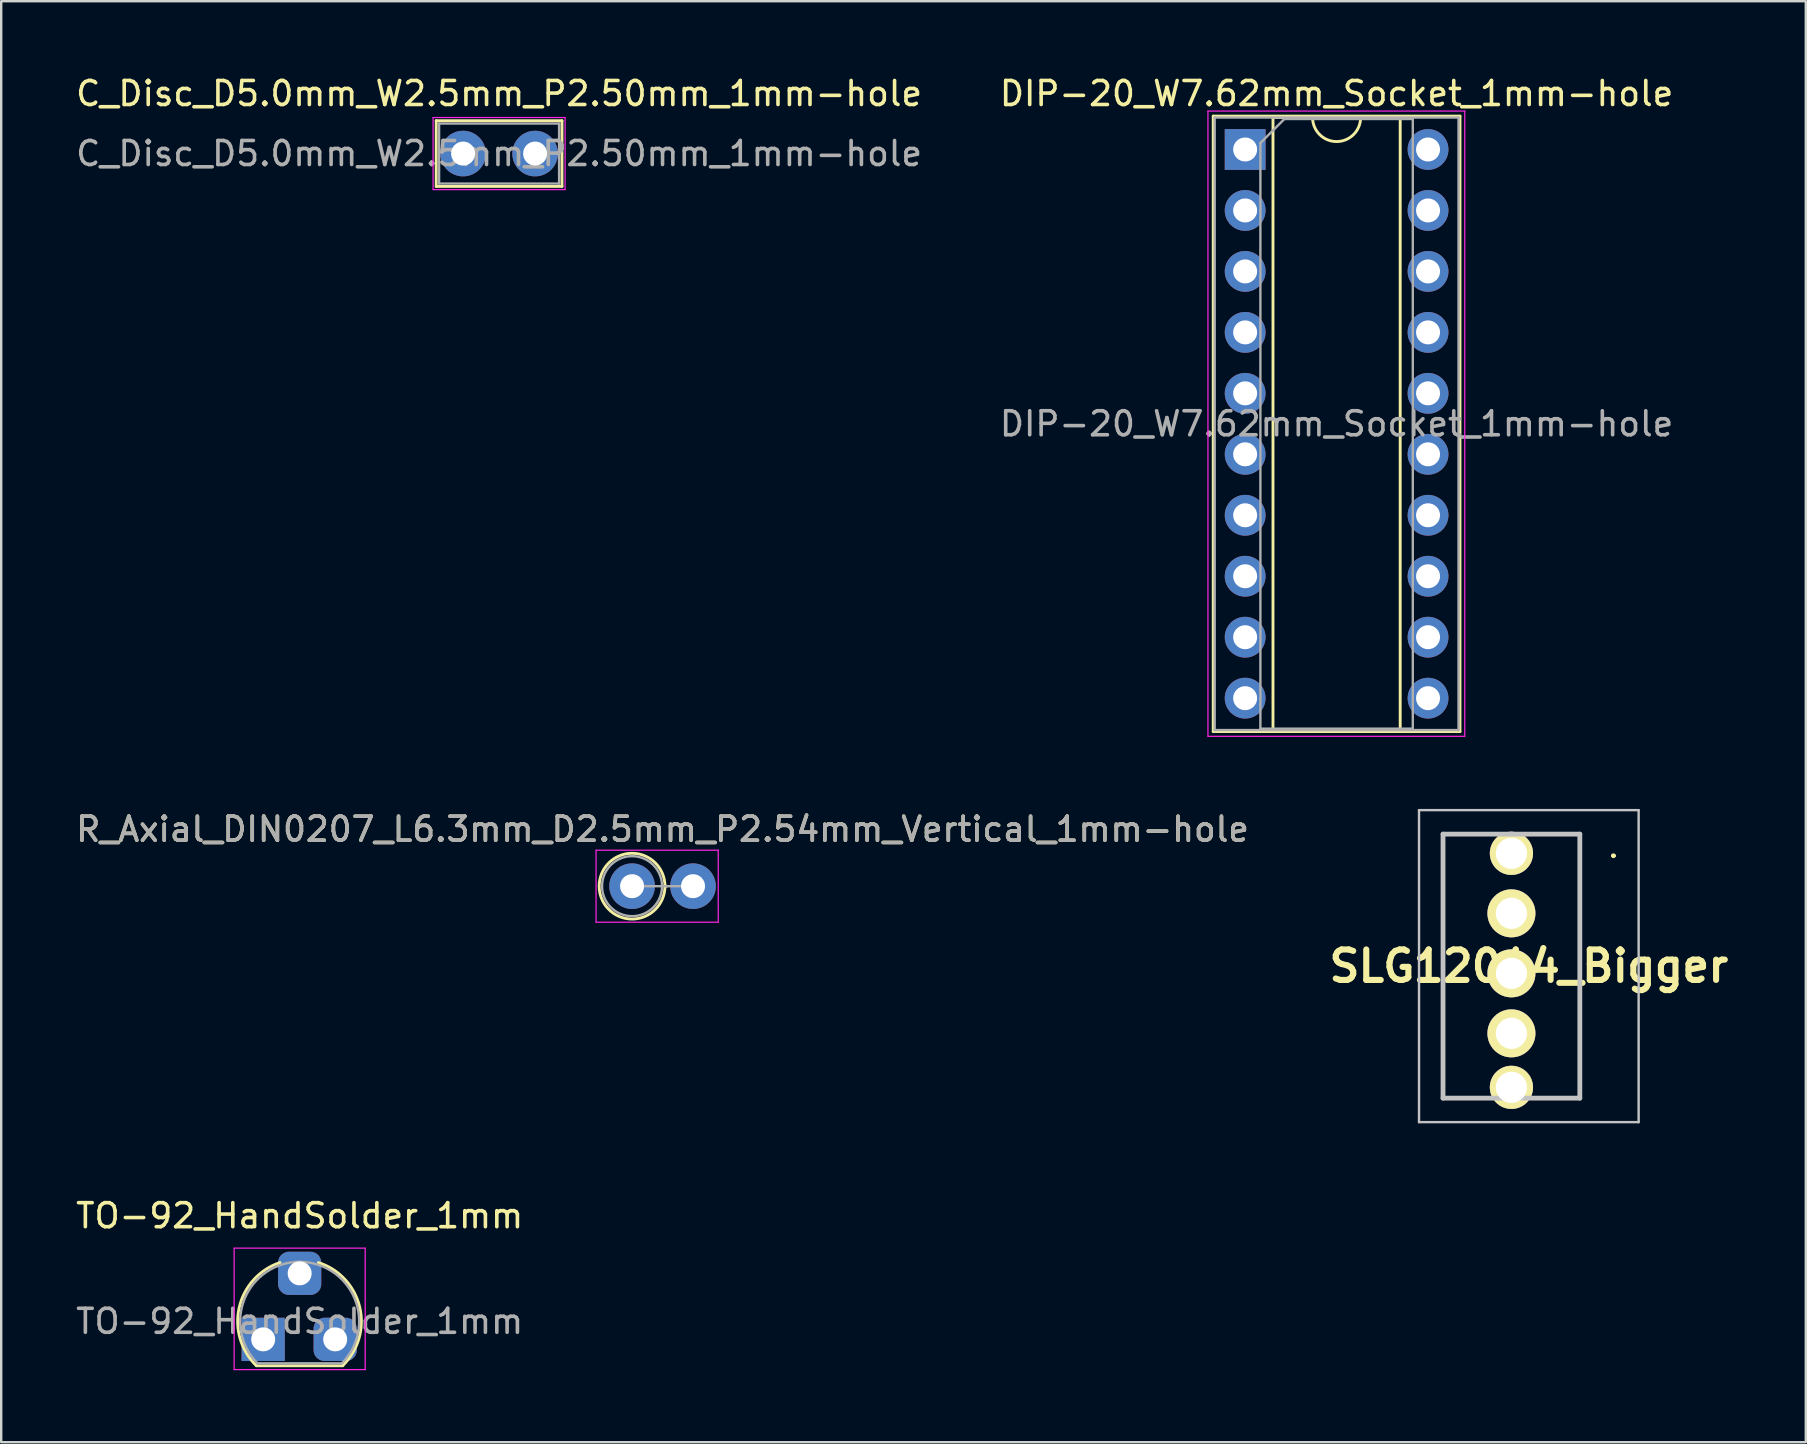
<source format=kicad_pcb>
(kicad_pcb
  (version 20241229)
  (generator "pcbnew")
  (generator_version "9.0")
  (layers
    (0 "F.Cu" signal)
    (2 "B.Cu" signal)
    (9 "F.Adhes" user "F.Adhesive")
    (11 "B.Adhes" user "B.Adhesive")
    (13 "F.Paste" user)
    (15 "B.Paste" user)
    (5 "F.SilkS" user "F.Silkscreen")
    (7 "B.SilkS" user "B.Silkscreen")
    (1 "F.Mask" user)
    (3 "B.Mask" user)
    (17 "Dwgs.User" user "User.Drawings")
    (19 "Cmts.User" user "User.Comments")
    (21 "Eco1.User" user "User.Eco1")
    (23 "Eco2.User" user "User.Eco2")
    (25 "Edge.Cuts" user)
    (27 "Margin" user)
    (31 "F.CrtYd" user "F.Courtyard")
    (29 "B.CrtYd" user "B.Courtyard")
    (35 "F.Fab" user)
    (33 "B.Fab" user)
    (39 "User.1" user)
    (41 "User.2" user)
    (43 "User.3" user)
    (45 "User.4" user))
  (footprint "DIP-20_W7.62mm_Socket_1mm-hole"
    (layer "F.Cu")
    (at 48.827 3.178)
    (property "Reference" "DIP-20_W7.62mm_Socket_1mm-hole" (at 3.81 -2.33 180) (layer "F.SilkS") (effects (font (size 1 1) (thickness 0.15))))
    (attr through_hole)
    (fp_line (start -1.33 -1.39) (end -1.33 24.25) (stroke (width 0.12) (type solid)) (layer "F.SilkS"))
    (fp_line (start -1.33 24.25) (end 8.95 24.25) (stroke (width 0.12) (type solid)) (layer "F.SilkS"))
    (fp_line (start 1.16 -1.33) (end 1.16 24.19) (stroke (width 0.12) (type solid)) (layer "F.SilkS"))
    (fp_line (start 1.16 24.19) (end 6.46 24.19) (stroke (width 0.12) (type solid)) (layer "F.SilkS"))
    (fp_line (start 2.81 -1.33) (end 1.16 -1.33) (stroke (width 0.12) (type solid)) (layer "F.SilkS"))
    (fp_line (start 6.46 -1.33) (end 4.81 -1.33) (stroke (width 0.12) (type solid)) (layer "F.SilkS"))
    (fp_line (start 6.46 24.19) (end 6.46 -1.33) (stroke (width 0.12) (type solid)) (layer "F.SilkS"))
    (fp_line (start 8.95 -1.39) (end -1.33 -1.39) (stroke (width 0.12) (type solid)) (layer "F.SilkS"))
    (fp_line (start 8.95 24.25) (end 8.95 -1.39) (stroke (width 0.12) (type solid)) (layer "F.SilkS"))
    (fp_arc (start 4.81 -1.33) (mid 3.81 -0.33) (end 2.81 -1.33) (stroke (width 0.12) (type solid)) (layer "F.SilkS"))
    (fp_line (start -1.55 -1.6) (end -1.55 24.45) (stroke (width 0.05) (type solid)) (layer "F.CrtYd"))
    (fp_line (start -1.55 24.45) (end 9.15 24.45) (stroke (width 0.05) (type solid)) (layer "F.CrtYd"))
    (fp_line (start 9.15 -1.6) (end -1.55 -1.6) (stroke (width 0.05) (type solid)) (layer "F.CrtYd"))
    (fp_line (start 9.15 24.45) (end 9.15 -1.6) (stroke (width 0.05) (type solid)) (layer "F.CrtYd"))
    (fp_line (start -1.27 -1.33) (end -1.27 24.19) (stroke (width 0.1) (type solid)) (layer "F.Fab"))
    (fp_line (start -1.27 24.19) (end 8.89 24.19) (stroke (width 0.1) (type solid)) (layer "F.Fab"))
    (fp_line (start 0.635 -0.27) (end 1.635 -1.27) (stroke (width 0.1) (type solid)) (layer "F.Fab"))
    (fp_line (start 0.635 24.13) (end 0.635 -0.27) (stroke (width 0.1) (type solid)) (layer "F.Fab"))
    (fp_line (start 1.635 -1.27) (end 6.985 -1.27) (stroke (width 0.1) (type solid)) (layer "F.Fab"))
    (fp_line (start 6.985 -1.27) (end 6.985 24.13) (stroke (width 0.1) (type solid)) (layer "F.Fab"))
    (fp_line (start 6.985 24.13) (end 0.635 24.13) (stroke (width 0.1) (type solid)) (layer "F.Fab"))
    (fp_line (start 8.89 -1.33) (end -1.27 -1.33) (stroke (width 0.1) (type solid)) (layer "F.Fab"))
    (fp_line (start 8.89 24.19) (end 8.89 -1.33) (stroke (width 0.1) (type solid)) (layer "F.Fab"))
    (fp_text user "${REFERENCE}" (at 3.81 11.43 180) (layer "F.Fab") (effects (font (size 1 1) (thickness 0.15))))
    (pad "1" thru_hole rect (at 0 0) (size 1.7 1.7) (drill 1) (layers "*.Cu" "*.Mask"))
    (pad "2" thru_hole oval (at 0 2.54) (size 1.7 1.7) (drill 1) (layers "*.Cu" "*.Mask"))
    (pad "3" thru_hole oval (at 0 5.08) (size 1.7 1.7) (drill 1) (layers "*.Cu" "*.Mask"))
    (pad "4" thru_hole oval (at 0 7.62) (size 1.7 1.7) (drill 1) (layers "*.Cu" "*.Mask"))
    (pad "5" thru_hole oval (at 0 10.16) (size 1.7 1.7) (drill 1) (layers "*.Cu" "*.Mask"))
    (pad "6" thru_hole oval (at 0 12.7) (size 1.7 1.7) (drill 1) (layers "*.Cu" "*.Mask"))
    (pad "7" thru_hole oval (at 0 15.24) (size 1.7 1.7) (drill 1) (layers "*.Cu" "*.Mask"))
    (pad "8" thru_hole oval (at 0 17.78) (size 1.7 1.7) (drill 1) (layers "*.Cu" "*.Mask"))
    (pad "9" thru_hole oval (at 0 20.32) (size 1.7 1.7) (drill 1) (layers "*.Cu" "*.Mask"))
    (pad "10" thru_hole oval (at 0 22.86) (size 1.7 1.7) (drill 1) (layers "*.Cu" "*.Mask"))
    (pad "11" thru_hole oval (at 7.62 22.86) (size 1.7 1.7) (drill 1) (layers "*.Cu" "*.Mask"))
    (pad "12" thru_hole oval (at 7.62 20.32) (size 1.7 1.7) (drill 1) (layers "*.Cu" "*.Mask"))
    (pad "13" thru_hole oval (at 7.62 17.78) (size 1.7 1.7) (drill 1) (layers "*.Cu" "*.Mask"))
    (pad "14" thru_hole oval (at 7.62 15.24) (size 1.7 1.7) (drill 1) (layers "*.Cu" "*.Mask"))
    (pad "15" thru_hole oval (at 7.62 12.7) (size 1.7 1.7) (drill 1) (layers "*.Cu" "*.Mask"))
    (pad "16" thru_hole oval (at 7.62 10.16) (size 1.7 1.7) (drill 1) (layers "*.Cu" "*.Mask"))
    (pad "17" thru_hole oval (at 7.62 7.62) (size 1.7 1.7) (drill 1) (layers "*.Cu" "*.Mask"))
    (pad "18" thru_hole oval (at 7.62 5.08) (size 1.7 1.7) (drill 1) (layers "*.Cu" "*.Mask"))
    (pad "19" thru_hole oval (at 7.62 2.54) (size 1.7 1.7) (drill 1) (layers "*.Cu" "*.Mask"))
    (pad "20" thru_hole oval (at 7.62 0) (size 1.7 1.7) (drill 1) (layers "*.Cu" "*.Mask")))
  (footprint "R_Axial_DIN0207_L6.3mm_D2.5mm_P2.54mm_Vertical_1mm-hole"
    (layer "F.Cu")
    (at 23.284 33.871)
    (property "Reference" "R_Axial_DIN0207_L6.3mm_D2.5mm_P2.54mm_Vertical_1mm-hole" (at 1.27 -2.37 180) (layer "F.SilkS") (effects (font (size 1 1) (thickness 0.15))))
    (attr through_hole)
    (fp_line (start 1.37 0) (end 1.44 0) (stroke (width 0.12) (type solid)) (layer "F.SilkS"))
    (fp_circle (center 0 0) (end 1.37 0) (stroke (width 0.12) (type solid)) (fill no) (layer "F.SilkS"))
    (fp_line (start -1.5 -1.5) (end -1.5 1.5) (stroke (width 0.05) (type solid)) (layer "F.CrtYd"))
    (fp_line (start -1.5 1.5) (end 3.59 1.5) (stroke (width 0.05) (type solid)) (layer "F.CrtYd"))
    (fp_line (start 3.59 -1.5) (end -1.5 -1.5) (stroke (width 0.05) (type solid)) (layer "F.CrtYd"))
    (fp_line (start 3.59 1.5) (end 3.59 -1.5) (stroke (width 0.05) (type solid)) (layer "F.CrtYd"))
    (fp_line (start 0 0) (end 2.54 0) (stroke (width 0.1) (type solid)) (layer "F.Fab"))
    (fp_circle (center 0 0) (end 1.25 0) (stroke (width 0.1) (type solid)) (fill no) (layer "F.Fab"))
    (fp_text user "${REFERENCE}" (at 1.27 -2.37 180) (layer "F.Fab") (effects (font (size 1 1) (thickness 0.15))))
    (pad "1" thru_hole circle (at 0 0) (size 1.9 1.9) (drill 1) (layers "*.Cu" "*.Mask"))
    (pad "2" thru_hole oval (at 2.54 0) (size 1.9 1.9) (drill 1) (layers "*.Cu" "*.Mask")))
  (footprint "TO-92_HandSolder_1mm"
    (layer "F.Cu")
    (at 8.165 52.002)
    (property "Reference" "TO-92_HandSolder_1mm" (at 1.27 -4.4 0) (layer "F.SilkS") (effects (font (size 1 1) (thickness 0.15))))
    (attr through_hole)
    (fp_line (start -0.53 1.85) (end 3.07 1.85) (stroke (width 0.12) (type solid)) (layer "F.SilkS"))
    (fp_arc (start -0.541875 1.841741) (mid -1.247231 -0.581764) (end 0.45 -2.45) (stroke (width 0.12) (type solid)) (layer "F.SilkS"))
    (fp_arc (start 2.05 -2.45) (mid 3.769931 -0.601036) (end 3.078445 1.827684) (stroke (width 0.12) (type solid)) (layer "F.SilkS"))
    (fp_line (start -1.46 -3.05) (end -1.46 2.01) (stroke (width 0.05) (type solid)) (layer "F.CrtYd"))
    (fp_line (start -1.46 -3.05) (end 4 -3.05) (stroke (width 0.05) (type solid)) (layer "F.CrtYd"))
    (fp_line (start 4 2.01) (end -1.46 2.01) (stroke (width 0.05) (type solid)) (layer "F.CrtYd"))
    (fp_line (start 4 2.01) (end 4 -3.05) (stroke (width 0.05) (type solid)) (layer "F.CrtYd"))
    (fp_line (start -0.5 1.75) (end 3 1.75) (stroke (width 0.1) (type solid)) (layer "F.Fab"))
    (fp_arc (start -0.483625 1.753625) (mid -1.021221 -0.949055) (end 1.27 -2.48) (stroke (width 0.1) (type solid)) (layer "F.Fab"))
    (fp_arc (start 1.27 -2.48) (mid 3.561221 -0.949055) (end 3.023625 1.753625) (stroke (width 0.1) (type solid)) (layer "F.Fab"))
    (fp_text user "${REFERENCE}" (at 1.27 0 0) (layer "F.Fab") (effects (font (size 1 1) (thickness 0.15))))
    (pad "1" thru_hole rect (at -0.25 0.75) (size 1.8 1.8) (drill 1) (layers "*.Cu" "*.Mask"))
    (pad "2" thru_hole roundrect (at 1.27 -2) (size 1.8 1.8) (drill 1) (layers "*.Cu" "*.Mask") (roundrect_rratio 0.25))
    (pad "3" thru_hole roundrect (at 2.75 0.75) (size 1.8 1.8) (drill 1) (layers "*.Cu" "*.Mask") (roundrect_rratio 0.25)))
  (footprint "SLG12014_Bigger"
    (layer "F.Cu")
    (at 59.921 33.503)
    (property "Reference" "SLG12014_Bigger" (at 0.725 3.7 0) (layer "F.SilkS") (effects (font (size 1.27 1.27) (thickness 0.254))))
    (attr through_hole)
    (fp_line (start -2.85 -1.8) (end 2.85 -1.8) (stroke (width 0.1) (type solid)) (layer "F.SilkS"))
    (fp_line (start -2.85 9.2) (end -2.85 -1.8) (stroke (width 0.1) (type solid)) (layer "F.SilkS"))
    (fp_line (start 2.85 -1.8) (end 2.85 9.2) (stroke (width 0.1) (type solid)) (layer "F.SilkS"))
    (fp_line (start 2.85 9.2) (end -2.85 9.2) (stroke (width 0.1) (type solid)) (layer "F.SilkS"))
    (fp_line (start 4.2 -0.9) (end 4.2 -0.9) (stroke (width 0.1) (type solid)) (layer "F.SilkS"))
    (fp_line (start 4.3 -0.9) (end 4.3 -0.9) (stroke (width 0.1) (type solid)) (layer "F.SilkS"))
    (fp_arc (start 4.2 -0.9) (mid 4.25 -0.95) (end 4.3 -0.9) (stroke (width 0.1) (type solid)) (layer "F.SilkS"))
    (fp_arc (start 4.3 -0.9) (mid 4.25 -0.85) (end 4.2 -0.9) (stroke (width 0.1) (type solid)) (layer "F.SilkS"))
    (fp_line (start -3.85 -2.8) (end 5.3 -2.8) (stroke (width 0.1) (type solid)) (layer "Dwgs.User"))
    (fp_line (start -3.85 10.2) (end -3.85 -2.8) (stroke (width 0.1) (type solid)) (layer "Dwgs.User"))
    (fp_line (start -2.85 -1.8) (end 2.85 -1.8) (stroke (width 0.2) (type solid)) (layer "Dwgs.User"))
    (fp_line (start -2.85 9.2) (end -2.85 -1.8) (stroke (width 0.2) (type solid)) (layer "Dwgs.User"))
    (fp_line (start 2.85 -1.8) (end 2.85 9.2) (stroke (width 0.2) (type solid)) (layer "Dwgs.User"))
    (fp_line (start 2.85 9.2) (end -2.85 9.2) (stroke (width 0.2) (type solid)) (layer "Dwgs.User"))
    (fp_line (start 5.3 -2.8) (end 5.3 10.2) (stroke (width 0.1) (type solid)) (layer "Dwgs.User"))
    (fp_line (start 5.3 10.2) (end -3.85 10.2) (stroke (width 0.1) (type solid)) (layer "Dwgs.User"))
    (pad "1" thru_hole circle (at 0 1.5 90) (size 2 2) (drill 1.3) (layers "*.Cu" "*.Mask" "F.SilkS"))
    (pad "2" thru_hole circle (at 0 4 90) (size 2 2) (drill 1.3) (layers "*.Cu" "*.Mask" "F.SilkS"))
    (pad "3" thru_hole circle (at 0 6.5 90) (size 2 2) (drill 1.3) (layers "*.Cu" "*.Mask" "F.SilkS"))
    (pad "4" thru_hole circle (at 0 -1 90) (size 1.8 1.8) (drill 1.3) (layers "*.Cu" "*.Mask" "F.SilkS"))
    (pad "5" thru_hole circle (at 0 8.75 90) (size 1.8 1.8) (drill 1.3) (layers "*.Cu" "*.Mask" "F.SilkS")))
  (footprint "C_Disc_D5.0mm_W2.5mm_P2.50mm_1mm-hole"
    (layer "F.Cu")
    (at 16.494 3.348)
    (property "Reference" "C_Disc_D5.0mm_W2.5mm_P2.50mm_1mm-hole" (at 1.25 -2.5 0) (layer "F.SilkS") (effects (font (size 1 1) (thickness 0.15))))
    (attr through_hole)
    (fp_line (start -1.37 -1.37) (end -1.37 1.37) (stroke (width 0.12) (type solid)) (layer "F.SilkS"))
    (fp_line (start -1.37 -1.37) (end 3.87 -1.37) (stroke (width 0.12) (type solid)) (layer "F.SilkS"))
    (fp_line (start -1.37 1.37) (end 3.87 1.37) (stroke (width 0.12) (type solid)) (layer "F.SilkS"))
    (fp_line (start 3.87 -1.37) (end 3.87 1.37) (stroke (width 0.12) (type solid)) (layer "F.SilkS"))
    (fp_line (start -1.5 -1.5) (end -1.5 1.5) (stroke (width 0.05) (type solid)) (layer "F.CrtYd"))
    (fp_line (start -1.5 1.5) (end 4 1.5) (stroke (width 0.05) (type solid)) (layer "F.CrtYd"))
    (fp_line (start 4 -1.5) (end -1.5 -1.5) (stroke (width 0.05) (type solid)) (layer "F.CrtYd"))
    (fp_line (start 4 1.5) (end 4 -1.5) (stroke (width 0.05) (type solid)) (layer "F.CrtYd"))
    (fp_line (start -1.25 -1.25) (end -1.25 1.25) (stroke (width 0.1) (type solid)) (layer "F.Fab"))
    (fp_line (start -1.25 1.25) (end 3.75 1.25) (stroke (width 0.1) (type solid)) (layer "F.Fab"))
    (fp_line (start 3.75 -1.25) (end -1.25 -1.25) (stroke (width 0.1) (type solid)) (layer "F.Fab"))
    (fp_line (start 3.75 1.25) (end 3.75 -1.25) (stroke (width 0.1) (type solid)) (layer "F.Fab"))
    (fp_text user "${REFERENCE}" (at 1.25 0 0) (layer "F.Fab") (effects (font (size 1 1) (thickness 0.15))))
    (pad "1" thru_hole circle (at -0.25 0) (size 1.9 1.9) (drill 1) (layers "*.Cu" "*.Mask"))
    (pad "2" thru_hole circle (at 2.75 0) (size 1.9 1.9) (drill 1) (layers "*.Cu" "*.Mask")))
  (gr_rect
    (start -3 -3)
    (end 72.186 57.036)
    (stroke (width 0.1) (type default))
    (fill no)
    (layer "Edge.Cuts")))
</source>
